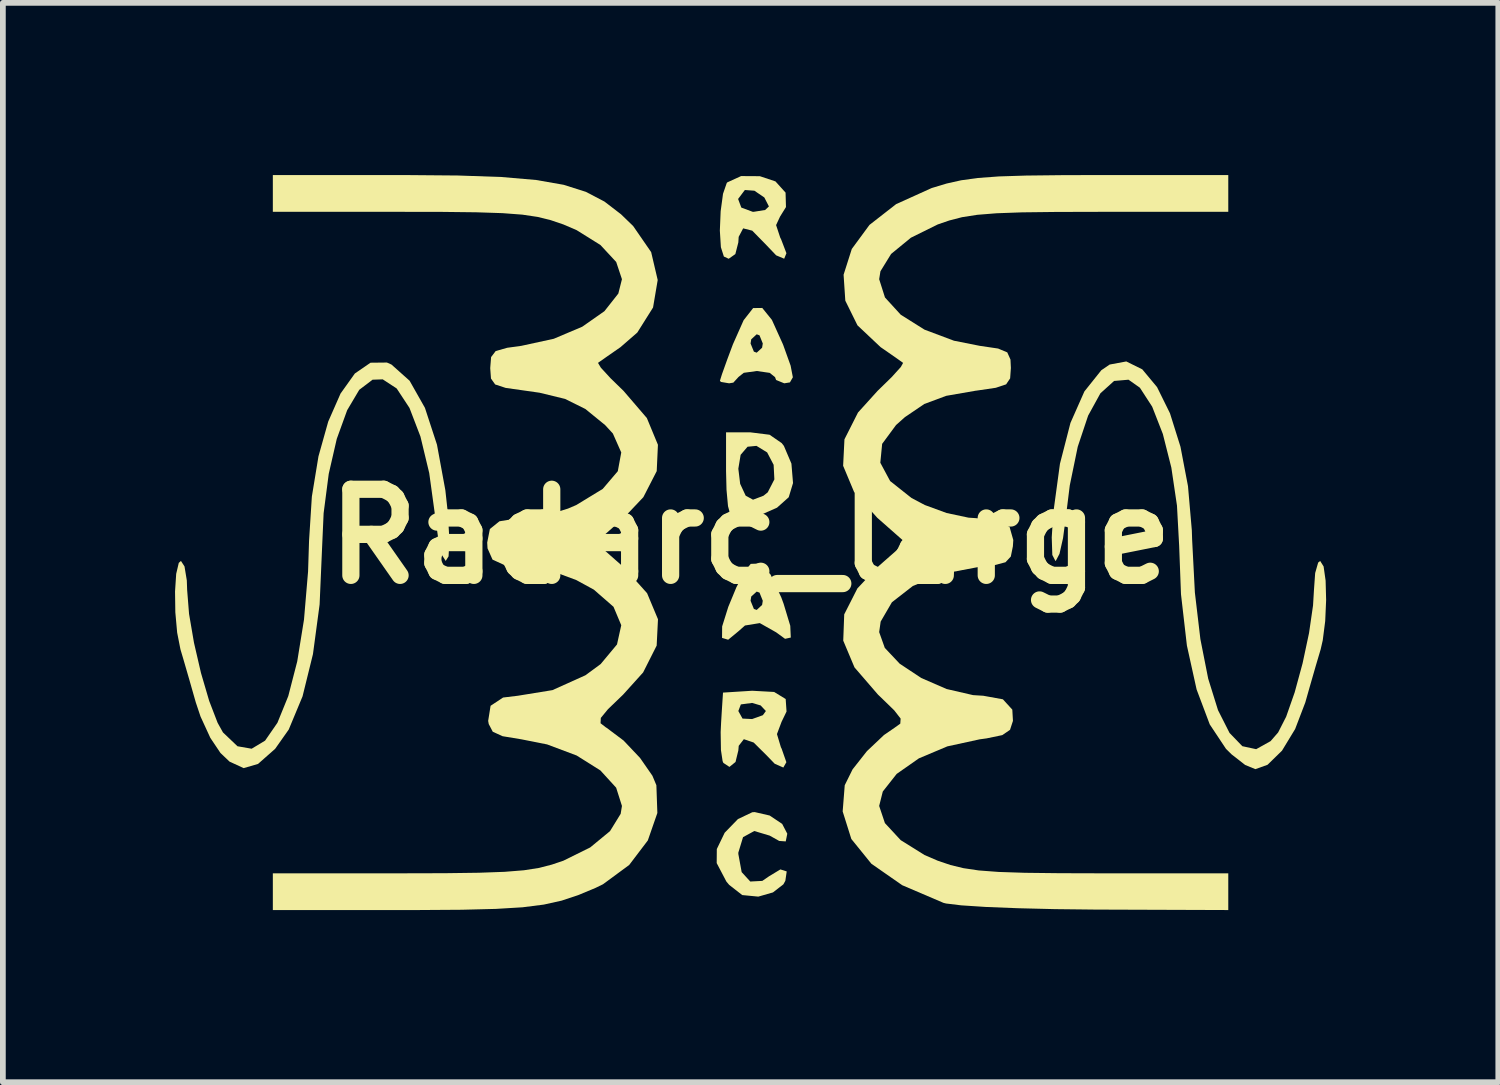
<source format=kicad_pcb>
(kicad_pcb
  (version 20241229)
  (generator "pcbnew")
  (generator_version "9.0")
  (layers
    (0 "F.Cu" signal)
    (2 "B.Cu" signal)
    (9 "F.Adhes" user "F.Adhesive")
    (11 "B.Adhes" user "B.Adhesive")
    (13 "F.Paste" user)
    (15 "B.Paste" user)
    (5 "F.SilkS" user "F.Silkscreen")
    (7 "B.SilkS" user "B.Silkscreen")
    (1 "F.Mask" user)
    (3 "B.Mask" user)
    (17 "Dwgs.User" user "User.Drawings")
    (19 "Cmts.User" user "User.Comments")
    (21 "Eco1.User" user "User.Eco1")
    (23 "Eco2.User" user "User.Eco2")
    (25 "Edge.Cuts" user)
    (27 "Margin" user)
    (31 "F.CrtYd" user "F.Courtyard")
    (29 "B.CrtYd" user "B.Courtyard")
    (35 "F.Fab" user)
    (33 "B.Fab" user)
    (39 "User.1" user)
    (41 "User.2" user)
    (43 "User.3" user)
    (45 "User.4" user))
  (footprint "Radarc_large"
    (layer "F.Cu")
    (at 10.028 6.297)
    (property "Reference" "Radarc_large" (at 0 0 0) (layer "F.SilkS") (effects (font (size 1.5 1.5) (thickness 0.3))))
    (attr board_only exclude_from_pos_files exclude_from_bom)
    (fp_poly (pts (xy 0.333 4.863) (xy 0.551 5.009) (xy 0.64 5.18) (xy 0.613 5.314) (xy 0.499 5.306) (xy 0.333 5.213) (xy 0.065 5.133) (xy -0.131 5.24) (xy -0.213 5.509) (xy -0.213 5.533) (xy -0.155 5.849) (xy -0.005 6.013) (xy 0.205 6.002) (xy 0.323 5.921) (xy 0.52 5.802) (xy 0.63 5.837) (xy 0.606 6.001) (xy 0.572 6.062) (xy 0.39 6.203) (xy 0.135 6.276) (xy -0.145 6.249) (xy -0.372 6.072) (xy -0.421 6.014) (xy -0.59 5.692) (xy -0.588 5.447) (xy -0.451 5.163) (xy -0.22 4.925) (xy 0.03 4.806) (xy 0.072 4.803)) (stroke (width 0) (type solid)) (fill yes) (layer "F.SilkS"))
    (fp_poly (pts (xy 0.349 0.665) (xy 0.536 1.064) (xy 0.576 1.173) (xy 0.692 1.557) (xy 0.701 1.762) (xy 0.601 1.784) (xy 0.446 1.671) (xy 0.161 1.51) (xy -0.097 1.552) (xy -0.213 1.654) (xy -0.39 1.8) (xy -0.497 1.768) (xy -0.495 1.57) (xy -0.495 1.568) (xy -0.388 1.227) (xy -0.344 1.121) (xy 0 1.121) (xy 0.058 1.263) (xy 0.107 1.281) (xy 0.201 1.194) (xy 0.213 1.121) (xy 0.156 0.979) (xy 0.107 0.961) (xy 0.012 1.047) (xy 0 1.121) (xy -0.344 1.121) (xy -0.246 0.884) (xy -0.103 0.61) (xy 0.003 0.478) (xy 0.173 0.472)) (stroke (width 0) (type solid)) (fill yes) (layer "F.SilkS"))
    (fp_poly (pts (xy 0.331 -1.772) (xy 0.543 -1.626) (xy 0.581 -1.577) (xy 0.712 -1.269) (xy 0.74 -0.93) (xy 0.665 -0.683) (xy 0.461 -0.501) (xy 0.171 -0.373) (xy -0.123 -0.324) (xy -0.338 -0.376) (xy -0.356 -0.391) (xy -0.393 -0.528) (xy -0.419 -0.813) (xy -0.427 -1.138) (xy -0.427 -1.18) (xy -0.213 -1.18) (xy -0.181 -0.916) (xy -0.085 -0.71) (xy 0.043 -0.64) (xy 0.225 -0.709) (xy 0.299 -0.768) (xy 0.415 -0.994) (xy 0.402 -1.248) (xy 0.289 -1.464) (xy 0.103 -1.578) (xy -0.052 -1.563) (xy -0.173 -1.422) (xy -0.213 -1.18) (xy -0.427 -1.18) (xy -0.427 -1.814) (xy -0.006 -1.814)) (stroke (width 0) (type solid)) (fill yes) (layer "F.SilkS"))
    (fp_poly (pts (xy 0.411 2.71) (xy 0.612 2.833) (xy 0.627 3.051) (xy 0.54 3.231) (xy 0.46 3.444) (xy 0.529 3.674) (xy 0.541 3.697) (xy 0.624 3.934) (xy 0.571 4.027) (xy 0.421 3.961) (xy 0.28 3.815) (xy 0.054 3.591) (xy -0.117 3.533) (xy -0.206 3.648) (xy -0.213 3.729) (xy -0.262 3.93) (xy -0.368 4.016) (xy -0.474 3.946) (xy -0.487 3.915) (xy -0.516 3.722) (xy -0.521 3.409) (xy -0.513 3.241) (xy -0.501 3.042) (xy -0.213 3.042) (xy -0.14 3.174) (xy 0.027 3.182) (xy 0.214 3.115) (xy 0.267 3.042) (xy 0.176 2.945) (xy 0.027 2.901) (xy -0.169 2.927) (xy -0.213 3.042) (xy -0.501 3.042) (xy -0.48 2.721) (xy 0.028 2.689)) (stroke (width 0) (type solid)) (fill yes) (layer "F.SilkS"))
    (fp_poly (pts (xy 0.372 -3.773) (xy 0.561 -3.355) (xy 0.57 -3.333) (xy 0.698 -2.976) (xy 0.737 -2.773) (xy 0.686 -2.684) (xy 0.587 -2.668) (xy 0.445 -2.726) (xy 0.427 -2.775) (xy 0.334 -2.85) (xy 0.111 -2.882) (xy 0.107 -2.882) (xy -0.118 -2.851) (xy -0.213 -2.776) (xy -0.213 -2.775) (xy -0.3 -2.68) (xy -0.374 -2.668) (xy -0.516 -2.692) (xy -0.534 -2.712) (xy -0.498 -2.827) (xy -0.407 -3.081) (xy -0.308 -3.346) (xy -0.301 -3.362) (xy 0 -3.362) (xy 0.058 -3.22) (xy 0.107 -3.202) (xy 0.201 -3.288) (xy 0.213 -3.362) (xy 0.156 -3.504) (xy 0.107 -3.522) (xy 0.012 -3.435) (xy 0 -3.362) (xy -0.301 -3.362) (xy -0.121 -3.767) (xy 0.045 -3.979) (xy 0.204 -3.981)) (stroke (width 0) (type solid)) (fill yes) (layer "F.SilkS"))
    (fp_poly (pts (xy 0.162 -6.277) (xy 0.434 -6.186) (xy 0.61 -5.991) (xy 0.617 -5.739) (xy 0.514 -5.573) (xy 0.445 -5.425) (xy 0.517 -5.207) (xy 0.532 -5.178) (xy 0.625 -4.935) (xy 0.586 -4.839) (xy 0.446 -4.898) (xy 0.253 -5.1) (xy 0.029 -5.328) (xy -0.129 -5.368) (xy -0.207 -5.22) (xy -0.213 -5.123) (xy -0.265 -4.92) (xy -0.381 -4.838) (xy -0.465 -4.877) (xy -0.517 -5.039) (xy -0.535 -5.329) (xy -0.521 -5.667) (xy -0.492 -5.88) (xy -0.217 -5.88) (xy -0.161 -5.73) (xy 0.036 -5.657) (xy 0.053 -5.656) (xy 0.254 -5.688) (xy 0.32 -5.75) (xy 0.24 -5.906) (xy 0.067 -6.024) (xy -0.096 -6.036) (xy -0.102 -6.033) (xy -0.217 -5.88) (xy -0.492 -5.88) (xy -0.48 -5.97) (xy -0.415 -6.158) (xy -0.406 -6.169) (xy -0.165 -6.279)) (stroke (width 0) (type solid)) (fill yes) (layer "F.SilkS"))
    (fp_poly (pts (xy -6.257 -2.995) (xy -5.941 -2.713) (xy -5.674 -2.241) (xy -5.464 -1.599) (xy -5.318 -0.805) (xy -5.275 -0.412) (xy -5.247 0.066) (xy -5.262 0.347) (xy -5.312 0.427) (xy -5.374 0.329) (xy -5.437 0.071) (xy -5.489 -0.294) (xy -5.495 -0.347) (xy -5.599 -1.104) (xy -5.752 -1.741) (xy -5.943 -2.239) (xy -6.166 -2.578) (xy -6.409 -2.737) (xy -6.586 -2.731) (xy -6.818 -2.555) (xy -7.029 -2.199) (xy -7.21 -1.7) (xy -7.35 -1.09) (xy -7.439 -0.405) (xy -7.467 0.221) (xy -7.509 1.186) (xy -7.625 2.051) (xy -7.806 2.786) (xy -8.047 3.365) (xy -8.284 3.701) (xy -8.582 3.964) (xy -8.832 4.037) (xy -9.078 3.924) (xy -9.236 3.774) (xy -9.413 3.51) (xy -9.584 3.138) (xy -9.666 2.893) (xy -9.779 2.497) (xy -9.885 2.132) (xy -9.934 1.967) (xy -9.991 1.677) (xy -10.023 1.321) (xy -10.028 0.959) (xy -10.008 0.652) (xy -9.963 0.461) (xy -9.925 0.427) (xy -9.863 0.523) (xy -9.823 0.766) (xy -9.817 0.934) (xy -9.784 1.349) (xy -9.698 1.852) (xy -9.576 2.379) (xy -9.433 2.866) (xy -9.286 3.248) (xy -9.193 3.415) (xy -8.94 3.656) (xy -8.693 3.699) (xy -8.459 3.558) (xy -8.244 3.247) (xy -8.055 2.782) (xy -7.899 2.178) (xy -7.781 1.449) (xy -7.71 0.61) (xy -7.693 0.076) (xy -7.644 -0.695) (xy -7.529 -1.395) (xy -7.359 -2.001) (xy -7.144 -2.49) (xy -6.895 -2.839) (xy -6.622 -3.027) (xy -6.336 -3.03)) (stroke (width 0) (type solid)) (fill yes) (layer "F.SilkS"))
    (fp_poly (pts (xy 6.826 -2.911) (xy 7.083 -2.602) (xy 7.308 -2.146) (xy 7.491 -1.563) (xy 7.622 -0.876) (xy 7.689 -0.105) (xy 7.694 0.053) (xy 7.742 0.977) (xy 7.838 1.79) (xy 7.974 2.478) (xy 8.145 3.027) (xy 8.346 3.424) (xy 8.569 3.655) (xy 8.81 3.707) (xy 9.061 3.567) (xy 9.193 3.415) (xy 9.333 3.14) (xy 9.481 2.717) (xy 9.619 2.21) (xy 9.731 1.684) (xy 9.801 1.202) (xy 9.817 0.934) (xy 9.838 0.638) (xy 9.89 0.456) (xy 9.925 0.427) (xy 9.985 0.523) (xy 10.02 0.77) (xy 10.029 1.107) (xy 10.013 1.474) (xy 9.97 1.81) (xy 9.934 1.967) (xy 9.848 2.257) (xy 9.736 2.646) (xy 9.666 2.893) (xy 9.489 3.356) (xy 9.26 3.733) (xy 9.008 3.979) (xy 8.796 4.055) (xy 8.618 3.982) (xy 8.381 3.797) (xy 8.284 3.701) (xy 8.001 3.275) (xy 7.772 2.666) (xy 7.603 1.901) (xy 7.5 1.007) (xy 7.468 0.16) (xy 7.43 -0.538) (xy 7.332 -1.199) (xy 7.184 -1.785) (xy 6.998 -2.261) (xy 6.784 -2.591) (xy 6.586 -2.731) (xy 6.334 -2.709) (xy 6.096 -2.494) (xy 5.882 -2.105) (xy 5.701 -1.563) (xy 5.562 -0.888) (xy 5.495 -0.347) (xy 5.445 0.028) (xy 5.383 0.303) (xy 5.319 0.425) (xy 5.312 0.427) (xy 5.258 0.323) (xy 5.248 0.017) (xy 5.275 -0.412) (xy 5.391 -1.266) (xy 5.574 -1.978) (xy 5.817 -2.527) (xy 6.112 -2.896) (xy 6.257 -2.995) (xy 6.547 -3.049)) (stroke (width 0) (type solid)) (fill yes) (layer "F.SilkS"))
    (fp_poly (pts (xy -5.103 -6.289) (xy -4.344 -6.263) (xy -3.738 -6.211) (xy -3.257 -6.127) (xy -2.869 -6.004) (xy -2.546 -5.835) (xy -2.258 -5.614) (xy -2.046 -5.409) (xy -1.732 -4.954) (xy -1.618 -4.468) (xy -1.699 -3.989) (xy -1.973 -3.553) (xy -2.266 -3.298) (xy -2.498 -3.137) (xy -2.642 -3.036) (xy -2.658 -3.024) (xy -2.609 -2.941) (xy -2.44 -2.757) (xy -2.213 -2.536) (xy -1.807 -2.063) (xy -1.614 -1.597) (xy -1.635 -1.138) (xy -1.868 -0.684) (xy -2.207 -0.326) (xy -2.698 0.107) (xy -2.207 0.539) (xy -1.803 0.989) (xy -1.613 1.443) (xy -1.636 1.902) (xy -1.872 2.37) (xy -2.221 2.757) (xy -2.484 3.01) (xy -2.609 3.162) (xy -2.614 3.255) (xy -2.52 3.328) (xy -2.506 3.336) (xy -2.213 3.556) (xy -1.926 3.859) (xy -1.71 4.17) (xy -1.641 4.335) (xy -1.624 4.819) (xy -1.79 5.297) (xy -2.115 5.725) (xy -2.572 6.061) (xy -2.701 6.124) (xy -3.003 6.25) (xy -3.292 6.346) (xy -3.603 6.415) (xy -3.973 6.462) (xy -4.438 6.49) (xy -5.034 6.505) (xy -5.797 6.51) (xy -6.046 6.51) (xy -8.324 6.51) (xy -8.324 6.19) (xy -8.324 5.87) (xy -6.087 5.87) (xy -5.32 5.868) (xy -4.731 5.86) (xy -4.286 5.844) (xy -3.95 5.817) (xy -3.686 5.776) (xy -3.462 5.718) (xy -3.261 5.65) (xy -2.794 5.419) (xy -2.449 5.135) (xy -2.263 4.833) (xy -2.241 4.696) (xy -2.342 4.378) (xy -2.617 4.077) (xy -3.031 3.817) (xy -3.545 3.624) (xy -3.994 3.535) (xy -4.321 3.481) (xy -4.492 3.403) (xy -4.562 3.269) (xy -4.572 3.214) (xy -4.53 2.951) (xy -4.312 2.807) (xy -4.055 2.776) (xy -3.452 2.678) (xy -2.877 2.419) (xy -2.612 2.224) (xy -2.327 1.882) (xy -2.253 1.547) (xy -2.388 1.226) (xy -2.731 0.927) (xy -3.037 0.76) (xy -3.406 0.623) (xy -3.768 0.542) (xy -3.885 0.534) (xy -4.276 0.505) (xy -4.496 0.404) (xy -4.583 0.208) (xy -4.589 0.107) (xy -4.542 -0.13) (xy -4.375 -0.264) (xy -4.052 -0.317) (xy -3.885 -0.32) (xy -3.564 -0.367) (xy -3.182 -0.485) (xy -3.037 -0.547) (xy -2.576 -0.828) (xy -2.313 -1.137) (xy -2.253 -1.463) (xy -2.399 -1.793) (xy -2.535 -1.941) (xy -2.879 -2.221) (xy -3.232 -2.396) (xy -3.676 -2.504) (xy -3.922 -2.539) (xy -4.267 -2.588) (xy -4.45 -2.648) (xy -4.523 -2.751) (xy -4.536 -2.93) (xy -4.536 -2.935) (xy -4.521 -3.125) (xy -4.441 -3.23) (xy -4.241 -3.287) (xy -3.994 -3.321) (xy -3.429 -3.444) (xy -2.933 -3.654) (xy -2.546 -3.925) (xy -2.304 -4.232) (xy -2.241 -4.482) (xy -2.341 -4.782) (xy -2.616 -5.078) (xy -3.031 -5.337) (xy -3.261 -5.436) (xy -3.482 -5.511) (xy -3.708 -5.567) (xy -3.977 -5.607) (xy -4.322 -5.633) (xy -4.779 -5.648) (xy -5.382 -5.655) (xy -6.087 -5.656) (xy -8.324 -5.656) (xy -8.324 -5.976) (xy -8.324 -6.297) (xy -6.046 -6.297)) (stroke (width 0) (type solid)) (fill yes) (layer "F.SilkS"))
    (fp_poly (pts (xy 8.324 -5.976) (xy 8.324 -5.656) (xy 6.087 -5.656) (xy 5.32 -5.654) (xy 4.731 -5.647) (xy 4.286 -5.631) (xy 3.95 -5.604) (xy 3.686 -5.563) (xy 3.462 -5.505) (xy 3.261 -5.436) (xy 2.794 -5.205) (xy 2.449 -4.922) (xy 2.263 -4.62) (xy 2.241 -4.482) (xy 2.342 -4.164) (xy 2.617 -3.863) (xy 3.031 -3.603) (xy 3.545 -3.41) (xy 3.994 -3.321) (xy 4.313 -3.274) (xy 4.473 -3.207) (xy 4.529 -3.082) (xy 4.536 -2.935) (xy 4.523 -2.754) (xy 4.453 -2.65) (xy 4.273 -2.59) (xy 3.933 -2.54) (xy 3.922 -2.539) (xy 3.41 -2.45) (xy 3.028 -2.308) (xy 2.69 -2.079) (xy 2.535 -1.941) (xy 2.293 -1.613) (xy 2.261 -1.284) (xy 2.432 -0.965) (xy 2.804 -0.67) (xy 3.037 -0.547) (xy 3.416 -0.408) (xy 3.798 -0.327) (xy 3.921 -0.319) (xy 4.305 -0.282) (xy 4.514 -0.163) (xy 4.578 0.063) (xy 4.571 0.172) (xy 4.535 0.35) (xy 4.442 0.45) (xy 4.236 0.504) (xy 3.949 0.537) (xy 3.332 0.654) (xy 2.827 0.864) (xy 2.463 1.147) (xy 2.267 1.484) (xy 2.241 1.667) (xy 2.339 1.942) (xy 2.599 2.218) (xy 2.975 2.467) (xy 3.417 2.659) (xy 3.877 2.765) (xy 4.055 2.776) (xy 4.397 2.838) (xy 4.561 3.018) (xy 4.572 3.214) (xy 4.521 3.37) (xy 4.386 3.462) (xy 4.112 3.519) (xy 3.994 3.535) (xy 3.429 3.658) (xy 2.933 3.867) (xy 2.546 4.138) (xy 2.304 4.445) (xy 2.241 4.696) (xy 2.341 4.995) (xy 2.616 5.292) (xy 3.031 5.551) (xy 3.261 5.65) (xy 3.482 5.725) (xy 3.708 5.78) (xy 3.977 5.82) (xy 4.322 5.846) (xy 4.779 5.861) (xy 5.382 5.868) (xy 6.087 5.87) (xy 8.324 5.87) (xy 8.324 6.19) (xy 8.324 6.51) (xy 6.003 6.502) (xy 5.301 6.494) (xy 4.653 6.478) (xy 4.097 6.456) (xy 3.67 6.428) (xy 3.407 6.396) (xy 3.362 6.385) (xy 2.642 6.077) (xy 2.105 5.703) (xy 1.756 5.272) (xy 1.605 4.792) (xy 1.641 4.335) (xy 1.778 4.058) (xy 2.028 3.741) (xy 2.325 3.46) (xy 2.506 3.336) (xy 2.609 3.262) (xy 2.615 3.174) (xy 2.503 3.03) (xy 2.255 2.789) (xy 2.221 2.757) (xy 1.811 2.282) (xy 1.615 1.816) (xy 1.632 1.358) (xy 1.862 0.905) (xy 2.207 0.539) (xy 2.698 0.107) (xy 2.207 -0.326) (xy 1.803 -0.777) (xy 1.613 -1.231) (xy 1.636 -1.692) (xy 1.872 -2.159) (xy 2.213 -2.536) (xy 2.459 -2.776) (xy 2.619 -2.953) (xy 2.658 -3.024) (xy 2.55 -3.101) (xy 2.336 -3.25) (xy 2.266 -3.298) (xy 1.863 -3.678) (xy 1.651 -4.108) (xy 1.621 -4.56) (xy 1.764 -5.009) (xy 2.072 -5.428) (xy 2.536 -5.79) (xy 3.148 -6.067) (xy 3.161 -6.072) (xy 3.416 -6.149) (xy 3.671 -6.206) (xy 3.963 -6.246) (xy 4.328 -6.273) (xy 4.803 -6.288) (xy 5.424 -6.295) (xy 6.085 -6.297) (xy 8.324 -6.297)) (stroke (width 0) (type solid)) (fill yes) (layer "F.SilkS")))
  (gr_rect
    (start -3 -3)
    (end 23.057 15.807)
    (stroke (width 0.1) (type default))
    (fill no)
    (layer "Edge.Cuts")))
</source>
